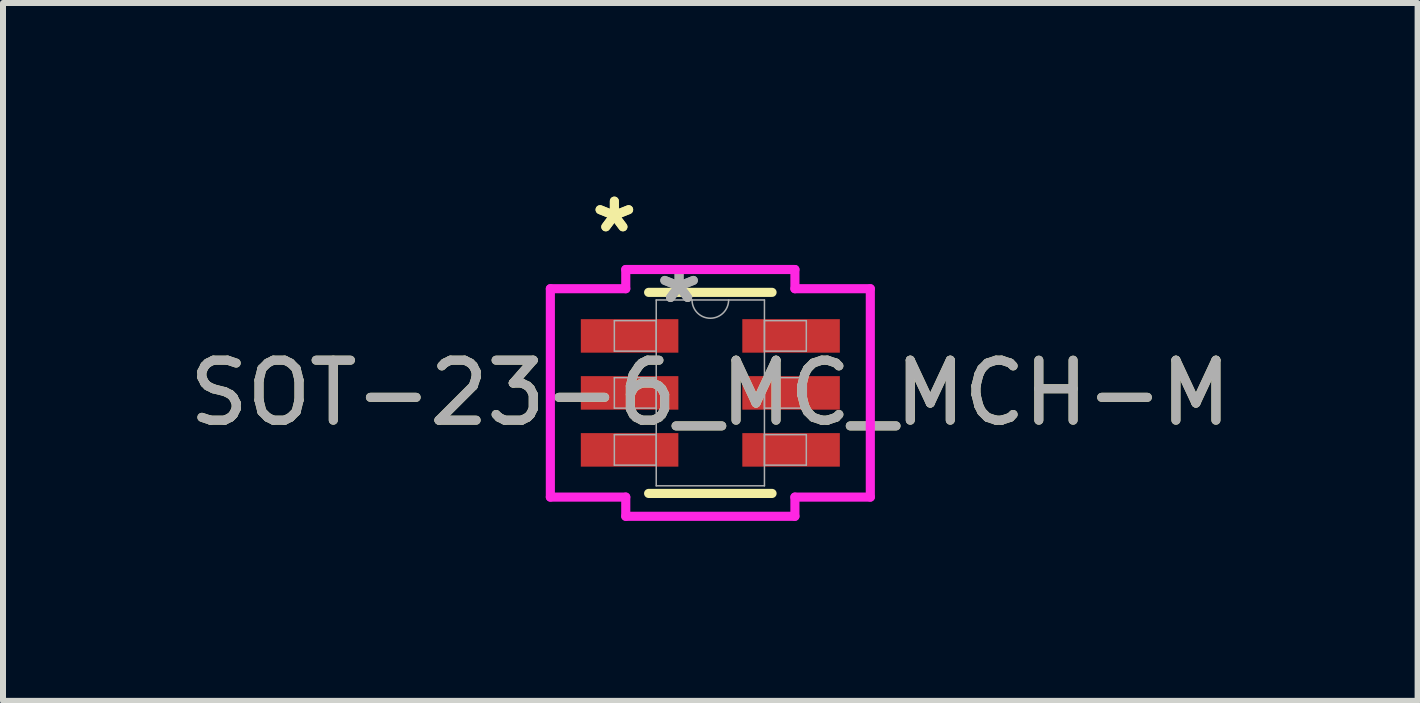
<source format=kicad_pcb>
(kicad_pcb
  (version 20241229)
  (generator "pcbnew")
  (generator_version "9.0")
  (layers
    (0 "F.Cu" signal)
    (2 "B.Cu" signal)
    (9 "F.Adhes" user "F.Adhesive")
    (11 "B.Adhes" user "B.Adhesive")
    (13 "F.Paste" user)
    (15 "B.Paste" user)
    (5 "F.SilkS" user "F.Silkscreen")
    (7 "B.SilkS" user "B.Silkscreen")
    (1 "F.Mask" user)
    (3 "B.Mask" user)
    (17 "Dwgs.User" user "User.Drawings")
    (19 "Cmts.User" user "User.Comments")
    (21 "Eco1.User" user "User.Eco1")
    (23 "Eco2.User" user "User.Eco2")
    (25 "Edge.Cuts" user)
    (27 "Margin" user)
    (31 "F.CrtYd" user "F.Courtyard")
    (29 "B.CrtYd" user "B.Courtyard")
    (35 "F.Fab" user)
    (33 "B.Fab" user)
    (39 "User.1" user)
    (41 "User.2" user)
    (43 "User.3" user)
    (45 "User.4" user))
  (footprint "SOT-23-6_MC_MCH-M"
    (layer "F.Cu")
    (at 8.792 3.5)
    (property "Reference" "SOT-23-6_MC_MCH-M" (at 0 0 0) (unlocked yes) (layer "F.SilkS") (effects (font (size 1 1) (thickness 0.15))))
    (attr smd)
    (fp_line (start -1.029 1.676) (end 1.029 1.676) (stroke (width 0.152) (type solid)) (layer "F.SilkS"))
    (fp_line (start 1.029 -1.676) (end -1.029 -1.676) (stroke (width 0.152) (type solid)) (layer "F.SilkS"))
    (fp_line (start -2.667 -1.737) (end -1.41 -1.737) (stroke (width 0.152) (type solid)) (layer "F.CrtYd"))
    (fp_line (start -2.667 1.737) (end -2.667 -1.737) (stroke (width 0.152) (type solid)) (layer "F.CrtYd"))
    (fp_line (start -2.667 1.737) (end -1.41 1.737) (stroke (width 0.152) (type solid)) (layer "F.CrtYd"))
    (fp_line (start -1.41 -2.057) (end 1.41 -2.057) (stroke (width 0.152) (type solid)) (layer "F.CrtYd"))
    (fp_line (start -1.41 -1.737) (end -1.41 -2.057) (stroke (width 0.152) (type solid)) (layer "F.CrtYd"))
    (fp_line (start -1.41 2.057) (end -1.41 1.737) (stroke (width 0.152) (type solid)) (layer "F.CrtYd"))
    (fp_line (start 1.41 -2.057) (end 1.41 -1.737) (stroke (width 0.152) (type solid)) (layer "F.CrtYd"))
    (fp_line (start 1.41 1.737) (end 1.41 2.057) (stroke (width 0.152) (type solid)) (layer "F.CrtYd"))
    (fp_line (start 1.41 2.057) (end -1.41 2.057) (stroke (width 0.152) (type solid)) (layer "F.CrtYd"))
    (fp_line (start 2.667 -1.737) (end 1.41 -1.737) (stroke (width 0.152) (type solid)) (layer "F.CrtYd"))
    (fp_line (start 2.667 -1.737) (end 2.667 1.737) (stroke (width 0.152) (type solid)) (layer "F.CrtYd"))
    (fp_line (start 2.667 1.737) (end 1.41 1.737) (stroke (width 0.152) (type solid)) (layer "F.CrtYd"))
    (fp_line (start -1.6 -1.204) (end -1.6 -0.696) (stroke (width 0.025) (type solid)) (layer "F.Fab"))
    (fp_line (start -1.6 -0.696) (end -0.902 -0.696) (stroke (width 0.025) (type solid)) (layer "F.Fab"))
    (fp_line (start -1.6 -0.254) (end -1.6 0.254) (stroke (width 0.025) (type solid)) (layer "F.Fab"))
    (fp_line (start -1.6 0.254) (end -0.902 0.254) (stroke (width 0.025) (type solid)) (layer "F.Fab"))
    (fp_line (start -1.6 0.696) (end -1.6 1.204) (stroke (width 0.025) (type solid)) (layer "F.Fab"))
    (fp_line (start -1.6 1.204) (end -0.902 1.204) (stroke (width 0.025) (type solid)) (layer "F.Fab"))
    (fp_line (start -0.902 -1.549) (end -0.902 1.549) (stroke (width 0.025) (type solid)) (layer "F.Fab"))
    (fp_line (start -0.902 -1.204) (end -1.6 -1.204) (stroke (width 0.025) (type solid)) (layer "F.Fab"))
    (fp_line (start -0.902 -0.696) (end -0.902 -1.204) (stroke (width 0.025) (type solid)) (layer "F.Fab"))
    (fp_line (start -0.902 -0.254) (end -1.6 -0.254) (stroke (width 0.025) (type solid)) (layer "F.Fab"))
    (fp_line (start -0.902 0.254) (end -0.902 -0.254) (stroke (width 0.025) (type solid)) (layer "F.Fab"))
    (fp_line (start -0.902 0.696) (end -1.6 0.696) (stroke (width 0.025) (type solid)) (layer "F.Fab"))
    (fp_line (start -0.902 1.204) (end -0.902 0.696) (stroke (width 0.025) (type solid)) (layer "F.Fab"))
    (fp_line (start -0.902 1.549) (end 0.902 1.549) (stroke (width 0.025) (type solid)) (layer "F.Fab"))
    (fp_line (start 0.902 -1.549) (end -0.902 -1.549) (stroke (width 0.025) (type solid)) (layer "F.Fab"))
    (fp_line (start 0.902 -1.204) (end 0.902 -0.696) (stroke (width 0.025) (type solid)) (layer "F.Fab"))
    (fp_line (start 0.902 -0.696) (end 1.6 -0.696) (stroke (width 0.025) (type solid)) (layer "F.Fab"))
    (fp_line (start 0.902 -0.254) (end 0.902 0.254) (stroke (width 0.025) (type solid)) (layer "F.Fab"))
    (fp_line (start 0.902 0.254) (end 1.6 0.254) (stroke (width 0.025) (type solid)) (layer "F.Fab"))
    (fp_line (start 0.902 0.696) (end 0.902 1.204) (stroke (width 0.025) (type solid)) (layer "F.Fab"))
    (fp_line (start 0.902 1.204) (end 1.6 1.204) (stroke (width 0.025) (type solid)) (layer "F.Fab"))
    (fp_line (start 0.902 1.549) (end 0.902 -1.549) (stroke (width 0.025) (type solid)) (layer "F.Fab"))
    (fp_line (start 1.6 -1.204) (end 0.902 -1.204) (stroke (width 0.025) (type solid)) (layer "F.Fab"))
    (fp_line (start 1.6 -0.696) (end 1.6 -1.204) (stroke (width 0.025) (type solid)) (layer "F.Fab"))
    (fp_line (start 1.6 -0.254) (end 0.902 -0.254) (stroke (width 0.025) (type solid)) (layer "F.Fab"))
    (fp_line (start 1.6 0.254) (end 1.6 -0.254) (stroke (width 0.025) (type solid)) (layer "F.Fab"))
    (fp_line (start 1.6 0.696) (end 0.902 0.696) (stroke (width 0.025) (type solid)) (layer "F.Fab"))
    (fp_line (start 1.6 1.204) (end 1.6 0.696) (stroke (width 0.025) (type solid)) (layer "F.Fab"))
    (fp_arc (start 0.3048 -1.5494) (mid 0 -1.2446) (end -0.3048 -1.5494) (stroke (width 0.0254) (type solid)) (layer "F.Fab"))
    (fp_text user "*" (at -1.6 -2.652 0) (layer "F.SilkS") (effects (font (size 1 1) (thickness 0.15))))
    (fp_text user "*" (at -1.6 -2.652 0) (unlocked yes) (layer "F.SilkS") (effects (font (size 1 1) (thickness 0.15))))
    (fp_text user "*" (at -0.521 -1.473 0) (layer "F.Fab") (effects (font (size 1 1) (thickness 0.15))))
    (fp_text user "*" (at -0.521 -1.473 0) (unlocked yes) (layer "F.Fab") (effects (font (size 1 1) (thickness 0.15))))
    (fp_text user "${REFERENCE}" (at 0 0 0) (unlocked yes) (layer "F.Fab") (effects (font (size 1 1) (thickness 0.15))))
    (pad "1" smd rect (at -1.346 -0.95) (size 1.626 0.559) (layers "F.Cu" "F.Mask" "F.Paste"))
    (pad "2" smd rect (at -1.346 0) (size 1.626 0.559) (layers "F.Cu" "F.Mask" "F.Paste"))
    (pad "3" smd rect (at -1.346 0.95) (size 1.626 0.559) (layers "F.Cu" "F.Mask" "F.Paste"))
    (pad "4" smd rect (at 1.346 0.95) (size 1.626 0.559) (layers "F.Cu" "F.Mask" "F.Paste"))
    (pad "5" smd rect (at 1.346 0) (size 1.626 0.559) (layers "F.Cu" "F.Mask" "F.Paste"))
    (pad "6" smd rect (at 1.346 -0.95) (size 1.626 0.559) (layers "F.Cu" "F.Mask" "F.Paste")))
  (gr_rect
    (start -3 -3)
    (end 20.583 8.634)
    (stroke (width 0.1) (type default))
    (fill no)
    (layer "Edge.Cuts")))
</source>
